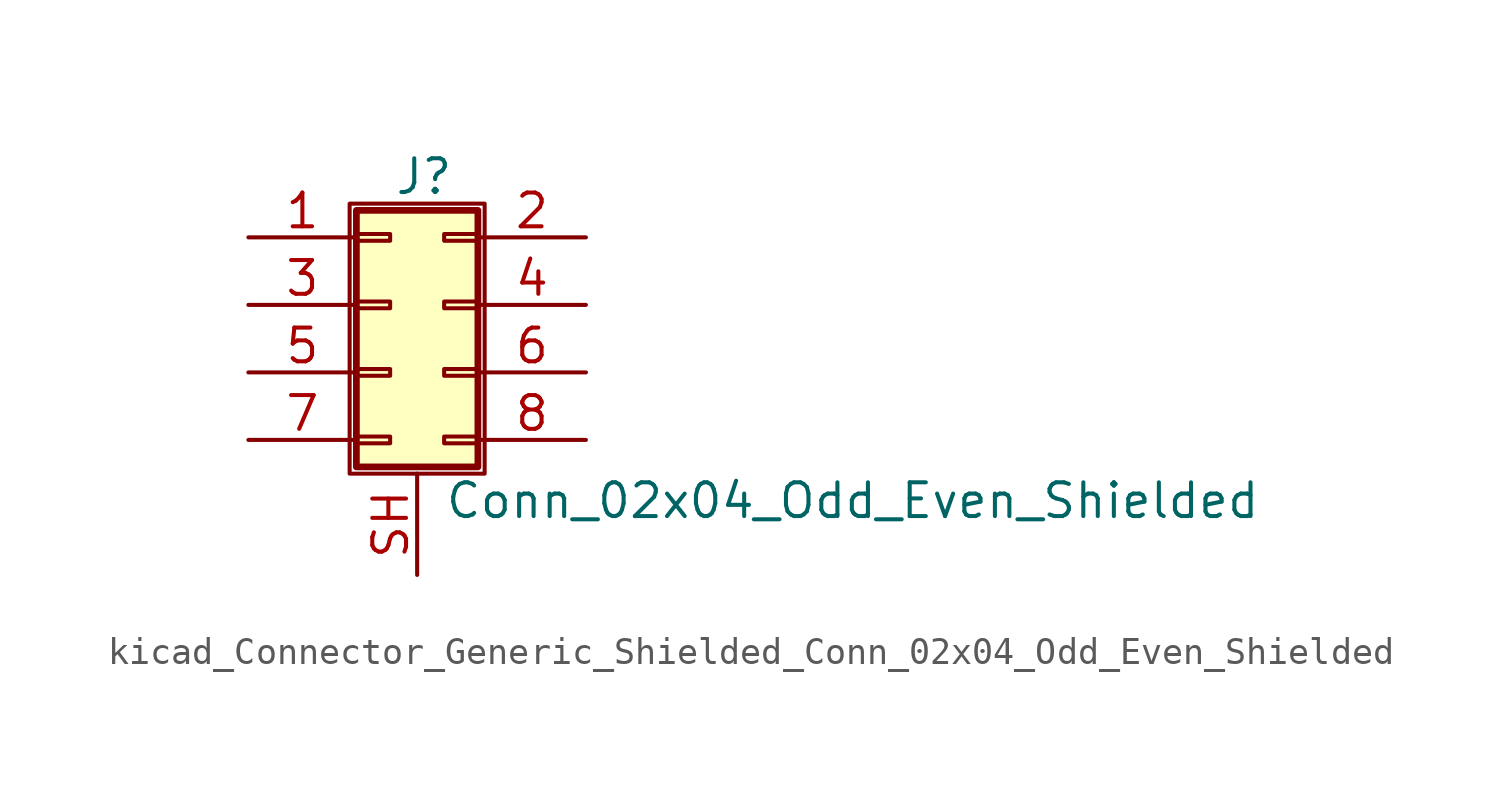
<source format=kicad_sym>
(kicad_symbol_lib
  (version 20220914)
  (generator kicad_symbol_editor)
  (symbol "kicad_Connector_Generic_Shielded_Conn_02x04_Odd_Even_Shielded"
    (pin_names
      (offset 1.016) hide)
    (property "Reference" "J"
      (at 1.524 4.826 0)
      (effects (font (size 1.27 1.27))))
    (property "Value" "Conn_02x04_Odd_Even_Shielded"
      (at 2.286 -7.366 0)
      (effects (font (size 1.27 1.27)) (justify left)))
    (symbol "kicad_Connector_Generic_Shielded_Conn_02x04_Odd_Even_Shielded_1_1"
      (rectangle (start -1.27 3.81) (end 3.81 -6.35) (stroke (width 0.152) (type default)) (fill (type none)))
      (rectangle (start -1.016 -4.953) (end 0.254 -5.207) (stroke (width 0.152) (type default)) (fill (type none)))
      (rectangle (start -1.016 -2.413) (end 0.254 -2.667) (stroke (width 0.152) (type default)) (fill (type none)))
      (rectangle (start -1.016 0.127) (end 0.254 -0.127) (stroke (width 0.152) (type default)) (fill (type none)))
      (rectangle (start -1.016 2.667) (end 0.254 2.413) (stroke (width 0.152) (type default)) (fill (type none)))
      (rectangle (start -1.016 3.556) (end 3.556 -6.096) (stroke (width 0.254) (type default)) (fill (type background)))
      (rectangle (start 3.556 -4.953) (end 2.286 -5.207) (stroke (width 0.152) (type default)) (fill (type none)))
      (rectangle (start 3.556 -2.413) (end 2.286 -2.667) (stroke (width 0.152) (type default)) (fill (type none)))
      (rectangle (start 3.556 0.127) (end 2.286 -0.127) (stroke (width 0.152) (type default)) (fill (type none)))
      (rectangle (start 3.556 2.667) (end 2.286 2.413) (stroke (width 0.152) (type default)) (fill (type none)))
      (pin passive line (at -5.08 2.54 0) (length 4.064) (name "Pin_1" (effects (font (size 1.27 1.27)))) (number "1" (effects (font (size 1.27 1.27)))))
      (pin passive line (at 7.62 2.54 180) (length 4.064) (name "Pin_2" (effects (font (size 1.27 1.27)))) (number "2" (effects (font (size 1.27 1.27)))))
      (pin passive line (at -5.08 0 0) (length 4.064) (name "Pin_3" (effects (font (size 1.27 1.27)))) (number "3" (effects (font (size 1.27 1.27)))))
      (pin passive line (at 7.62 0 180) (length 4.064) (name "Pin_4" (effects (font (size 1.27 1.27)))) (number "4" (effects (font (size 1.27 1.27)))))
      (pin passive line (at -5.08 -2.54 0) (length 4.064) (name "Pin_5" (effects (font (size 1.27 1.27)))) (number "5" (effects (font (size 1.27 1.27)))))
      (pin passive line (at 7.62 -2.54 180) (length 4.064) (name "Pin_6" (effects (font (size 1.27 1.27)))) (number "6" (effects (font (size 1.27 1.27)))))
      (pin passive line (at -5.08 -5.08 0) (length 4.064) (name "Pin_7" (effects (font (size 1.27 1.27)))) (number "7" (effects (font (size 1.27 1.27)))))
      (pin passive line (at 7.62 -5.08 180) (length 4.064) (name "Pin_8" (effects (font (size 1.27 1.27)))) (number "8" (effects (font (size 1.27 1.27)))))
      (pin passive line (at 1.27 -10.16 90) (length 3.81) (name "Shield" (effects (font (size 1.27 1.27)))) (number "SH" (effects (font (size 1.27 1.27))))))))
</source>
